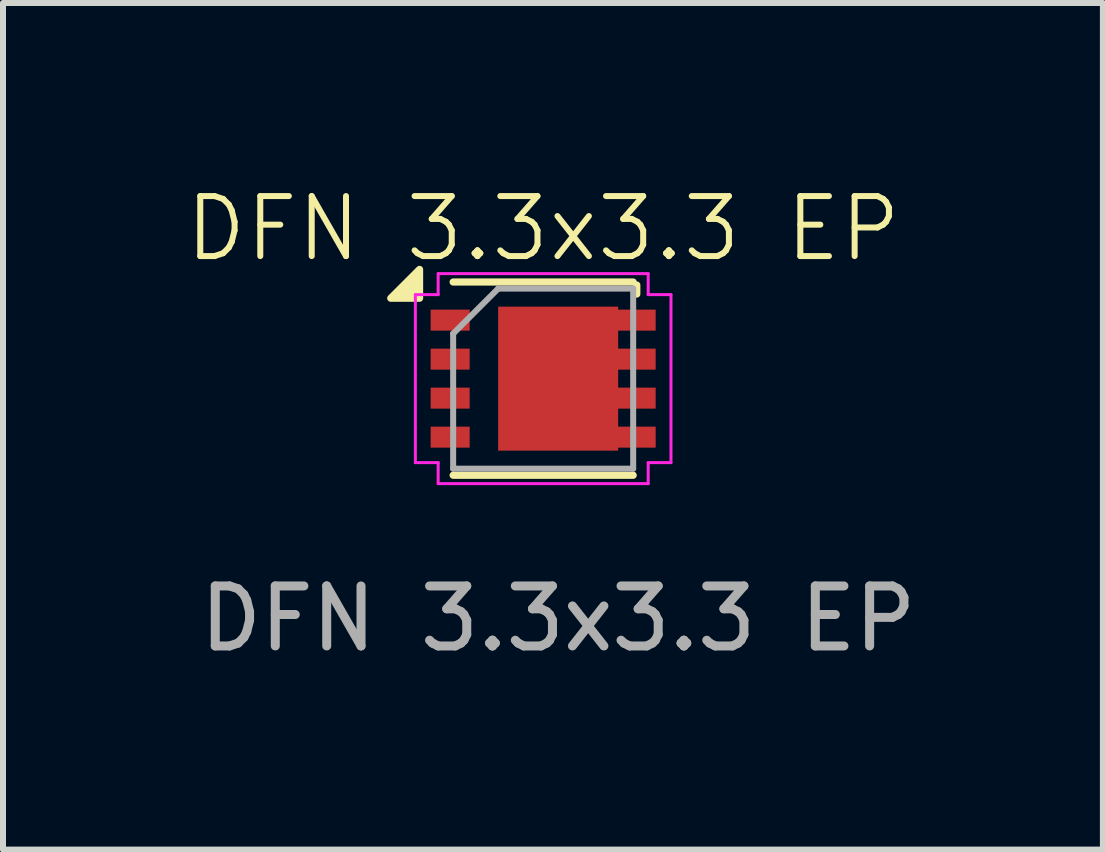
<source format=kicad_pcb>
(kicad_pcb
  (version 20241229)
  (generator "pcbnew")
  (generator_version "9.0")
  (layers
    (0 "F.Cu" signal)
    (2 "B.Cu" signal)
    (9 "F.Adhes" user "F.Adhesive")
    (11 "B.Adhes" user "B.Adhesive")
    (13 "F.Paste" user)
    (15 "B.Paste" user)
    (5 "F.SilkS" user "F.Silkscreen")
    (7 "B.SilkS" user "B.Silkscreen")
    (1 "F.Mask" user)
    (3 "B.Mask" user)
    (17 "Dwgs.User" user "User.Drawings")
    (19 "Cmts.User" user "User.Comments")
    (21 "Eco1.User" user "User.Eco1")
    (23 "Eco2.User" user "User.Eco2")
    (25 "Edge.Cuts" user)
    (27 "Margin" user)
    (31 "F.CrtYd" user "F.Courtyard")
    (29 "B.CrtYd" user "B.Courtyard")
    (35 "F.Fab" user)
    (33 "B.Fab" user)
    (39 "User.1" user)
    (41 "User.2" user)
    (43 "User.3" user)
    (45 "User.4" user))
  (footprint "DFN 3.3x3.3 EP"
    (layer "F.Cu")
    (at 6.252 3.26)
    (property "Reference" "DFN 3.3x3.3 EP" (at -0.25 -2.5 0) (unlocked yes) (layer "F.SilkS") (effects (font (size 1 1) (thickness 0.1))))
    (attr smd)
    (fp_line (start -1.75 -1.61) (end 1.25 -1.61) (stroke (width 0.12) (type solid)) (layer "F.SilkS"))
    (fp_line (start -1.75 1.61) (end 1.25 1.61) (stroke (width 0.12) (type solid)) (layer "F.SilkS"))
    (fp_line (start 1.31 -1.56) (end 1.31 -1.41) (stroke (width 0.12) (type solid)) (layer "F.SilkS"))
    (fp_poly (pts (xy -2.31 -1.34) (xy -2.79 -1.34) (xy -2.31 -1.82) (xy -2.31 -1.34)) (stroke (width 0.12) (type solid)) (fill yes) (layer "F.SilkS"))
    (fp_line (start -2.38 -1.4) (end -2.38 1.4) (stroke (width 0.05) (type solid)) (layer "F.CrtYd"))
    (fp_line (start -2 -1.75) (end -2 -1.4) (stroke (width 0.05) (type solid)) (layer "F.CrtYd"))
    (fp_line (start -2 -1.75) (end 1.5 -1.75) (stroke (width 0.05) (type solid)) (layer "F.CrtYd"))
    (fp_line (start -2 -1.4) (end -2.38 -1.4) (stroke (width 0.05) (type solid)) (layer "F.CrtYd"))
    (fp_line (start -2 1.4) (end -2.38 1.4) (stroke (width 0.05) (type solid)) (layer "F.CrtYd"))
    (fp_line (start -2 1.75) (end -2 1.4) (stroke (width 0.05) (type solid)) (layer "F.CrtYd"))
    (fp_line (start -2 1.75) (end 1.5 1.75) (stroke (width 0.05) (type solid)) (layer "F.CrtYd"))
    (fp_line (start 1.5 -1.75) (end 1.5 -1.4) (stroke (width 0.05) (type solid)) (layer "F.CrtYd"))
    (fp_line (start 1.5 -1.4) (end 1.88 -1.4) (stroke (width 0.05) (type solid)) (layer "F.CrtYd"))
    (fp_line (start 1.5 1.4) (end 1.88 1.4) (stroke (width 0.05) (type solid)) (layer "F.CrtYd"))
    (fp_line (start 1.5 1.75) (end 1.5 1.4) (stroke (width 0.05) (type solid)) (layer "F.CrtYd"))
    (fp_line (start 1.88 -1.4) (end 1.88 1.4) (stroke (width 0.05) (type solid)) (layer "F.CrtYd"))
    (fp_line (start -1.75 -0.75) (end -1 -1.5) (stroke (width 0.1) (type solid)) (layer "F.Fab"))
    (fp_line (start -1.75 1.5) (end -1.75 -0.75) (stroke (width 0.1) (type solid)) (layer "F.Fab"))
    (fp_line (start -1 -1.5) (end 1.25 -1.5) (stroke (width 0.1) (type solid)) (layer "F.Fab"))
    (fp_line (start 1.25 -1.5) (end 1.25 1.5) (stroke (width 0.1) (type solid)) (layer "F.Fab"))
    (fp_line (start 1.25 1.5) (end -1.75 1.5) (stroke (width 0.1) (type solid)) (layer "F.Fab"))
    (fp_text user "${REFERENCE}" (at 0 4 0) (unlocked yes) (layer "F.Fab") (effects (font (size 1 1) (thickness 0.15))))
    (pad "" smd rect (at -0.637 -0.6) (size 0.6 1) (layers "F.Paste"))
    (pad "" smd rect (at -0.637 0.6) (size 0.6 1) (layers "F.Paste"))
    (pad "" smd rect (at 0.138 -0.6) (size 0.6 1) (layers "F.Paste"))
    (pad "" smd rect (at 0.138 0.6) (size 0.6 1) (layers "F.Paste"))
    (pad "1" smd rect (at -1.8 -0.975) (size 0.65 0.35) (layers "F.Cu" "F.Mask" "F.Paste"))
    (pad "2" smd rect (at -1.8 -0.325) (size 0.65 0.35) (layers "F.Cu" "F.Mask" "F.Paste"))
    (pad "3" smd rect (at -1.8 0.325) (size 0.65 0.35) (layers "F.Cu" "F.Mask" "F.Paste"))
    (pad "4" smd rect (at -1.8 0.975) (size 0.65 0.35) (layers "F.Cu" "F.Mask" "F.Paste"))
    (pad "5" smd rect (at 0 0) (size 2 2.4) (layers "F.Cu" "F.Mask"))
    (pad "5" smd rect (at 1.3 -0.975) (size 0.65 0.35) (layers "F.Cu" "F.Mask" "F.Paste"))
    (pad "5" smd rect (at 1.3 -0.325) (size 0.65 0.35) (layers "F.Cu" "F.Mask" "F.Paste"))
    (pad "5" smd rect (at 1.3 0.325) (size 0.65 0.35) (layers "F.Cu" "F.Mask" "F.Paste"))
    (pad "5" smd rect (at 1.3 0.975) (size 0.65 0.35) (layers "F.Cu" "F.Mask" "F.Paste")))
  (gr_rect
    (start -3 -3)
    (end 15.33 11.109)
    (stroke (width 0.1) (type default))
    (fill no)
    (layer "Edge.Cuts")))
</source>
